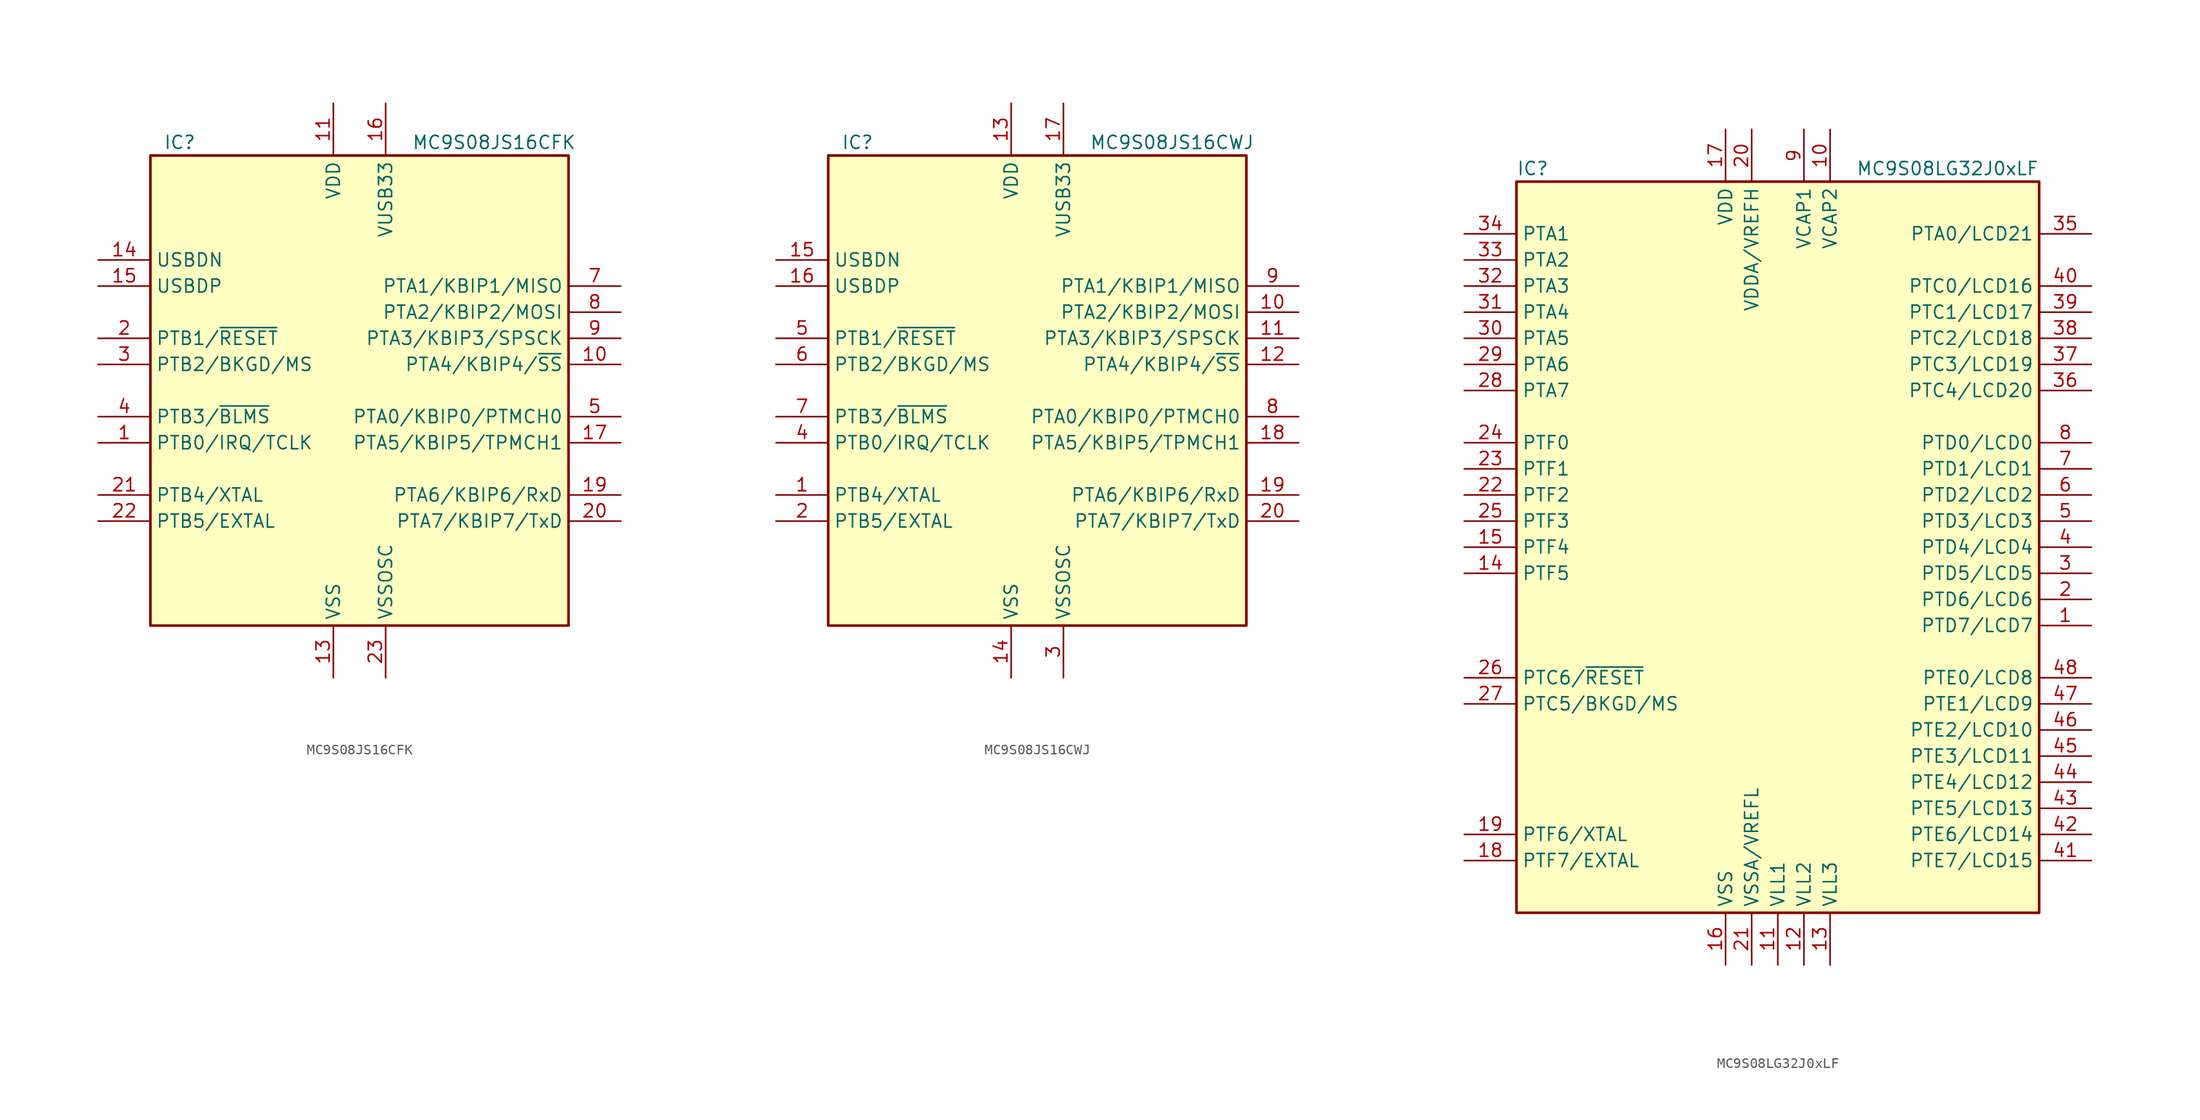
<source format=kicad_sym>
(kicad_symbol_lib
  (version 20211014)
  (generator kicad_symbol_editor)
  (symbol "MC9S08JS16CFK"
    (property "Reference" "IC"
      (at -19.05 24.13 0)
      (effects (font (size 1.27 1.27)) (justify left)))
    (property "Value" "MC9S08JS16CFK"
      (at 5.08 24.13 0)
      (effects (font (size 1.27 1.27)) (justify left)))
    (symbol "MC9S08JS16CFK_0_1"
      (rectangle (start -20.32 22.86) (end 20.32 -22.86) (stroke (width 0.254) (type default) (color 0 0 0 0)) (fill (type background))))
    (symbol "MC9S08JS16CFK_1_1"
      (pin bidirectional line (at -25.4 -5.08 0) (length 5.08) (name "PTB0/IRQ/TCLK" (effects (font (size 1.27 1.27)))) (number "1" (effects (font (size 1.27 1.27)))))
      (pin bidirectional line (at 25.4 2.54 180) (length 5.08) (name "PTA4/KBIP4/~{SS}" (effects (font (size 1.27 1.27)))) (number "10" (effects (font (size 1.27 1.27)))))
      (pin power_in line (at -2.54 27.94 270) (length 5.08) (name "VDD" (effects (font (size 1.27 1.27)))) (number "11" (effects (font (size 1.27 1.27)))))
      (pin power_in line (at -2.54 -27.94 90) (length 5.08) (name "VSS" (effects (font (size 1.27 1.27)))) (number "13" (effects (font (size 1.27 1.27)))))
      (pin bidirectional line (at -25.4 12.7 0) (length 5.08) (name "USBDN" (effects (font (size 1.27 1.27)))) (number "14" (effects (font (size 1.27 1.27)))))
      (pin bidirectional line (at -25.4 10.16 0) (length 5.08) (name "USBDP" (effects (font (size 1.27 1.27)))) (number "15" (effects (font (size 1.27 1.27)))))
      (pin power_out line (at 2.54 27.94 270) (length 5.08) (name "VUSB33" (effects (font (size 1.27 1.27)))) (number "16" (effects (font (size 1.27 1.27)))))
      (pin bidirectional line (at 25.4 -5.08 180) (length 5.08) (name "PTA5/KBIP5/TPMCH1" (effects (font (size 1.27 1.27)))) (number "17" (effects (font (size 1.27 1.27)))))
      (pin bidirectional line (at 25.4 -10.16 180) (length 5.08) (name "PTA6/KBIP6/RxD" (effects (font (size 1.27 1.27)))) (number "19" (effects (font (size 1.27 1.27)))))
      (pin bidirectional line (at -25.4 5.08 0) (length 5.08) (name "PTB1/~{RESET}" (effects (font (size 1.27 1.27)))) (number "2" (effects (font (size 1.27 1.27)))))
      (pin bidirectional line (at 25.4 -12.7 180) (length 5.08) (name "PTA7/KBIP7/TxD" (effects (font (size 1.27 1.27)))) (number "20" (effects (font (size 1.27 1.27)))))
      (pin bidirectional line (at -25.4 -10.16 0) (length 5.08) (name "PTB4/XTAL" (effects (font (size 1.27 1.27)))) (number "21" (effects (font (size 1.27 1.27)))))
      (pin bidirectional line (at -25.4 -12.7 0) (length 5.08) (name "PTB5/EXTAL" (effects (font (size 1.27 1.27)))) (number "22" (effects (font (size 1.27 1.27)))))
      (pin power_in line (at 2.54 -27.94 90) (length 5.08) (name "VSSOSC" (effects (font (size 1.27 1.27)))) (number "23" (effects (font (size 1.27 1.27)))))
      (pin bidirectional line (at -25.4 2.54 0) (length 5.08) (name "PTB2/BKGD/MS" (effects (font (size 1.27 1.27)))) (number "3" (effects (font (size 1.27 1.27)))))
      (pin bidirectional line (at -25.4 -2.54 0) (length 5.08) (name "PTB3/~{BLMS}" (effects (font (size 1.27 1.27)))) (number "4" (effects (font (size 1.27 1.27)))))
      (pin bidirectional line (at 25.4 -2.54 180) (length 5.08) (name "PTA0/KBIP0/PTMCH0" (effects (font (size 1.27 1.27)))) (number "5" (effects (font (size 1.27 1.27)))))
      (pin bidirectional line (at 25.4 10.16 180) (length 5.08) (name "PTA1/KBIP1/MISO" (effects (font (size 1.27 1.27)))) (number "7" (effects (font (size 1.27 1.27)))))
      (pin bidirectional line (at 25.4 7.62 180) (length 5.08) (name "PTA2/KBIP2/MOSI" (effects (font (size 1.27 1.27)))) (number "8" (effects (font (size 1.27 1.27)))))
      (pin bidirectional line (at 25.4 5.08 180) (length 5.08) (name "PTA3/KBIP3/SPSCK" (effects (font (size 1.27 1.27)))) (number "9" (effects (font (size 1.27 1.27)))))))
  (symbol "MC9S08JS16CWJ"
    (property "Reference" "IC"
      (at -19.05 24.13 0)
      (effects (font (size 1.27 1.27)) (justify left)))
    (property "Value" "MC9S08JS16CWJ"
      (at 5.08 24.13 0)
      (effects (font (size 1.27 1.27)) (justify left)))
    (symbol "MC9S08JS16CWJ_0_1"
      (rectangle (start -20.32 22.86) (end 20.32 -22.86) (stroke (width 0.254) (type default) (color 0 0 0 0)) (fill (type background))))
    (symbol "MC9S08JS16CWJ_1_1"
      (pin bidirectional line (at -25.4 -10.16 0) (length 5.08) (name "PTB4/XTAL" (effects (font (size 1.27 1.27)))) (number "1" (effects (font (size 1.27 1.27)))))
      (pin bidirectional line (at 25.4 7.62 180) (length 5.08) (name "PTA2/KBIP2/MOSI" (effects (font (size 1.27 1.27)))) (number "10" (effects (font (size 1.27 1.27)))))
      (pin bidirectional line (at 25.4 5.08 180) (length 5.08) (name "PTA3/KBIP3/SPSCK" (effects (font (size 1.27 1.27)))) (number "11" (effects (font (size 1.27 1.27)))))
      (pin bidirectional line (at 25.4 2.54 180) (length 5.08) (name "PTA4/KBIP4/~{SS}" (effects (font (size 1.27 1.27)))) (number "12" (effects (font (size 1.27 1.27)))))
      (pin power_in line (at -2.54 27.94 270) (length 5.08) (name "VDD" (effects (font (size 1.27 1.27)))) (number "13" (effects (font (size 1.27 1.27)))))
      (pin power_in line (at -2.54 -27.94 90) (length 5.08) (name "VSS" (effects (font (size 1.27 1.27)))) (number "14" (effects (font (size 1.27 1.27)))))
      (pin bidirectional line (at -25.4 12.7 0) (length 5.08) (name "USBDN" (effects (font (size 1.27 1.27)))) (number "15" (effects (font (size 1.27 1.27)))))
      (pin bidirectional line (at -25.4 10.16 0) (length 5.08) (name "USBDP" (effects (font (size 1.27 1.27)))) (number "16" (effects (font (size 1.27 1.27)))))
      (pin power_out line (at 2.54 27.94 270) (length 5.08) (name "VUSB33" (effects (font (size 1.27 1.27)))) (number "17" (effects (font (size 1.27 1.27)))))
      (pin bidirectional line (at 25.4 -5.08 180) (length 5.08) (name "PTA5/KBIP5/TPMCH1" (effects (font (size 1.27 1.27)))) (number "18" (effects (font (size 1.27 1.27)))))
      (pin bidirectional line (at 25.4 -10.16 180) (length 5.08) (name "PTA6/KBIP6/RxD" (effects (font (size 1.27 1.27)))) (number "19" (effects (font (size 1.27 1.27)))))
      (pin bidirectional line (at -25.4 -12.7 0) (length 5.08) (name "PTB5/EXTAL" (effects (font (size 1.27 1.27)))) (number "2" (effects (font (size 1.27 1.27)))))
      (pin bidirectional line (at 25.4 -12.7 180) (length 5.08) (name "PTA7/KBIP7/TxD" (effects (font (size 1.27 1.27)))) (number "20" (effects (font (size 1.27 1.27)))))
      (pin power_in line (at 2.54 -27.94 90) (length 5.08) (name "VSSOSC" (effects (font (size 1.27 1.27)))) (number "3" (effects (font (size 1.27 1.27)))))
      (pin bidirectional line (at -25.4 -5.08 0) (length 5.08) (name "PTB0/IRQ/TCLK" (effects (font (size 1.27 1.27)))) (number "4" (effects (font (size 1.27 1.27)))))
      (pin bidirectional line (at -25.4 5.08 0) (length 5.08) (name "PTB1/~{RESET}" (effects (font (size 1.27 1.27)))) (number "5" (effects (font (size 1.27 1.27)))))
      (pin bidirectional line (at -25.4 2.54 0) (length 5.08) (name "PTB2/BKGD/MS" (effects (font (size 1.27 1.27)))) (number "6" (effects (font (size 1.27 1.27)))))
      (pin bidirectional line (at -25.4 -2.54 0) (length 5.08) (name "PTB3/~{BLMS}" (effects (font (size 1.27 1.27)))) (number "7" (effects (font (size 1.27 1.27)))))
      (pin bidirectional line (at 25.4 -2.54 180) (length 5.08) (name "PTA0/KBIP0/PTMCH0" (effects (font (size 1.27 1.27)))) (number "8" (effects (font (size 1.27 1.27)))))
      (pin bidirectional line (at 25.4 10.16 180) (length 5.08) (name "PTA1/KBIP1/MISO" (effects (font (size 1.27 1.27)))) (number "9" (effects (font (size 1.27 1.27)))))))
  (symbol "MC9S08LG32J0xLF"
    (property "Reference" "IC"
      (at -25.4 36.83 0)
      (effects (font (size 1.27 1.27)) (justify left)))
    (property "Value" "MC9S08LG32J0xLF"
      (at 25.4 36.83 0)
      (effects (font (size 1.27 1.27)) (justify right)))
    (symbol "MC9S08LG32J0xLF_0_1"
      (rectangle (start -25.4 35.56) (end 25.4 -35.56) (stroke (width 0.254) (type default) (color 0 0 0 0)) (fill (type background))))
    (symbol "MC9S08LG32J0xLF_1_1"
      (pin bidirectional line (at 30.48 -7.62 180) (length 5.08) (name "PTD7/LCD7" (effects (font (size 1.27 1.27)))) (number "1" (effects (font (size 1.27 1.27)))))
      (pin power_in line (at 5.08 40.64 270) (length 5.08) (name "VCAP2" (effects (font (size 1.27 1.27)))) (number "10" (effects (font (size 1.27 1.27)))))
      (pin power_in line (at 0 -40.64 90) (length 5.08) (name "VLL1" (effects (font (size 1.27 1.27)))) (number "11" (effects (font (size 1.27 1.27)))))
      (pin power_in line (at 2.54 -40.64 90) (length 5.08) (name "VLL2" (effects (font (size 1.27 1.27)))) (number "12" (effects (font (size 1.27 1.27)))))
      (pin power_in line (at 5.08 -40.64 90) (length 5.08) (name "VLL3" (effects (font (size 1.27 1.27)))) (number "13" (effects (font (size 1.27 1.27)))))
      (pin bidirectional line (at -30.48 -2.54 0) (length 5.08) (name "PTF5" (effects (font (size 1.27 1.27)))) (number "14" (effects (font (size 1.27 1.27)))))
      (pin bidirectional line (at -30.48 0 0) (length 5.08) (name "PTF4" (effects (font (size 1.27 1.27)))) (number "15" (effects (font (size 1.27 1.27)))))
      (pin power_in line (at -5.08 -40.64 90) (length 5.08) (name "VSS" (effects (font (size 1.27 1.27)))) (number "16" (effects (font (size 1.27 1.27)))))
      (pin power_in line (at -5.08 40.64 270) (length 5.08) (name "VDD" (effects (font (size 1.27 1.27)))) (number "17" (effects (font (size 1.27 1.27)))))
      (pin bidirectional line (at -30.48 -30.48 0) (length 5.08) (name "PTF7/EXTAL" (effects (font (size 1.27 1.27)))) (number "18" (effects (font (size 1.27 1.27)))))
      (pin bidirectional line (at -30.48 -27.94 0) (length 5.08) (name "PTF6/XTAL" (effects (font (size 1.27 1.27)))) (number "19" (effects (font (size 1.27 1.27)))))
      (pin bidirectional line (at 30.48 -5.08 180) (length 5.08) (name "PTD6/LCD6" (effects (font (size 1.27 1.27)))) (number "2" (effects (font (size 1.27 1.27)))))
      (pin power_in line (at -2.54 40.64 270) (length 5.08) (name "VDDA/VREFH" (effects (font (size 1.27 1.27)))) (number "20" (effects (font (size 1.27 1.27)))))
      (pin power_in line (at -2.54 -40.64 90) (length 5.08) (name "VSSA/VREFL" (effects (font (size 1.27 1.27)))) (number "21" (effects (font (size 1.27 1.27)))))
      (pin bidirectional line (at -30.48 5.08 0) (length 5.08) (name "PTF2" (effects (font (size 1.27 1.27)))) (number "22" (effects (font (size 1.27 1.27)))))
      (pin bidirectional line (at -30.48 7.62 0) (length 5.08) (name "PTF1" (effects (font (size 1.27 1.27)))) (number "23" (effects (font (size 1.27 1.27)))))
      (pin bidirectional line (at -30.48 10.16 0) (length 5.08) (name "PTF0" (effects (font (size 1.27 1.27)))) (number "24" (effects (font (size 1.27 1.27)))))
      (pin bidirectional line (at -30.48 2.54 0) (length 5.08) (name "PTF3" (effects (font (size 1.27 1.27)))) (number "25" (effects (font (size 1.27 1.27)))))
      (pin bidirectional line (at -30.48 -12.7 0) (length 5.08) (name "PTC6/~{RESET}" (effects (font (size 1.27 1.27)))) (number "26" (effects (font (size 1.27 1.27)))))
      (pin bidirectional line (at -30.48 -15.24 0) (length 5.08) (name "PTC5/BKGD/MS" (effects (font (size 1.27 1.27)))) (number "27" (effects (font (size 1.27 1.27)))))
      (pin bidirectional line (at -30.48 15.24 0) (length 5.08) (name "PTA7" (effects (font (size 1.27 1.27)))) (number "28" (effects (font (size 1.27 1.27)))))
      (pin bidirectional line (at -30.48 17.78 0) (length 5.08) (name "PTA6" (effects (font (size 1.27 1.27)))) (number "29" (effects (font (size 1.27 1.27)))))
      (pin bidirectional line (at 30.48 -2.54 180) (length 5.08) (name "PTD5/LCD5" (effects (font (size 1.27 1.27)))) (number "3" (effects (font (size 1.27 1.27)))))
      (pin bidirectional line (at -30.48 20.32 0) (length 5.08) (name "PTA5" (effects (font (size 1.27 1.27)))) (number "30" (effects (font (size 1.27 1.27)))))
      (pin bidirectional line (at -30.48 22.86 0) (length 5.08) (name "PTA4" (effects (font (size 1.27 1.27)))) (number "31" (effects (font (size 1.27 1.27)))))
      (pin bidirectional line (at -30.48 25.4 0) (length 5.08) (name "PTA3" (effects (font (size 1.27 1.27)))) (number "32" (effects (font (size 1.27 1.27)))))
      (pin bidirectional line (at -30.48 27.94 0) (length 5.08) (name "PTA2" (effects (font (size 1.27 1.27)))) (number "33" (effects (font (size 1.27 1.27)))))
      (pin bidirectional line (at -30.48 30.48 0) (length 5.08) (name "PTA1" (effects (font (size 1.27 1.27)))) (number "34" (effects (font (size 1.27 1.27)))))
      (pin bidirectional line (at 30.48 30.48 180) (length 5.08) (name "PTA0/LCD21" (effects (font (size 1.27 1.27)))) (number "35" (effects (font (size 1.27 1.27)))))
      (pin bidirectional line (at 30.48 15.24 180) (length 5.08) (name "PTC4/LCD20" (effects (font (size 1.27 1.27)))) (number "36" (effects (font (size 1.27 1.27)))))
      (pin bidirectional line (at 30.48 17.78 180) (length 5.08) (name "PTC3/LCD19" (effects (font (size 1.27 1.27)))) (number "37" (effects (font (size 1.27 1.27)))))
      (pin bidirectional line (at 30.48 20.32 180) (length 5.08) (name "PTC2/LCD18" (effects (font (size 1.27 1.27)))) (number "38" (effects (font (size 1.27 1.27)))))
      (pin bidirectional line (at 30.48 22.86 180) (length 5.08) (name "PTC1/LCD17" (effects (font (size 1.27 1.27)))) (number "39" (effects (font (size 1.27 1.27)))))
      (pin bidirectional line (at 30.48 0 180) (length 5.08) (name "PTD4/LCD4" (effects (font (size 1.27 1.27)))) (number "4" (effects (font (size 1.27 1.27)))))
      (pin bidirectional line (at 30.48 25.4 180) (length 5.08) (name "PTC0/LCD16" (effects (font (size 1.27 1.27)))) (number "40" (effects (font (size 1.27 1.27)))))
      (pin bidirectional line (at 30.48 -30.48 180) (length 5.08) (name "PTE7/LCD15" (effects (font (size 1.27 1.27)))) (number "41" (effects (font (size 1.27 1.27)))))
      (pin bidirectional line (at 30.48 -27.94 180) (length 5.08) (name "PTE6/LCD14" (effects (font (size 1.27 1.27)))) (number "42" (effects (font (size 1.27 1.27)))))
      (pin bidirectional line (at 30.48 -25.4 180) (length 5.08) (name "PTE5/LCD13" (effects (font (size 1.27 1.27)))) (number "43" (effects (font (size 1.27 1.27)))))
      (pin bidirectional line (at 30.48 -22.86 180) (length 5.08) (name "PTE4/LCD12" (effects (font (size 1.27 1.27)))) (number "44" (effects (font (size 1.27 1.27)))))
      (pin bidirectional line (at 30.48 -20.32 180) (length 5.08) (name "PTE3/LCD11" (effects (font (size 1.27 1.27)))) (number "45" (effects (font (size 1.27 1.27)))))
      (pin bidirectional line (at 30.48 -17.78 180) (length 5.08) (name "PTE2/LCD10" (effects (font (size 1.27 1.27)))) (number "46" (effects (font (size 1.27 1.27)))))
      (pin bidirectional line (at 30.48 -15.24 180) (length 5.08) (name "PTE1/LCD9" (effects (font (size 1.27 1.27)))) (number "47" (effects (font (size 1.27 1.27)))))
      (pin bidirectional line (at 30.48 -12.7 180) (length 5.08) (name "PTE0/LCD8" (effects (font (size 1.27 1.27)))) (number "48" (effects (font (size 1.27 1.27)))))
      (pin bidirectional line (at 30.48 2.54 180) (length 5.08) (name "PTD3/LCD3" (effects (font (size 1.27 1.27)))) (number "5" (effects (font (size 1.27 1.27)))))
      (pin bidirectional line (at 30.48 5.08 180) (length 5.08) (name "PTD2/LCD2" (effects (font (size 1.27 1.27)))) (number "6" (effects (font (size 1.27 1.27)))))
      (pin bidirectional line (at 30.48 7.62 180) (length 5.08) (name "PTD1/LCD1" (effects (font (size 1.27 1.27)))) (number "7" (effects (font (size 1.27 1.27)))))
      (pin bidirectional line (at 30.48 10.16 180) (length 5.08) (name "PTD0/LCD0" (effects (font (size 1.27 1.27)))) (number "8" (effects (font (size 1.27 1.27)))))
      (pin power_in line (at 2.54 40.64 270) (length 5.08) (name "VCAP1" (effects (font (size 1.27 1.27)))) (number "9" (effects (font (size 1.27 1.27))))))))
</source>
